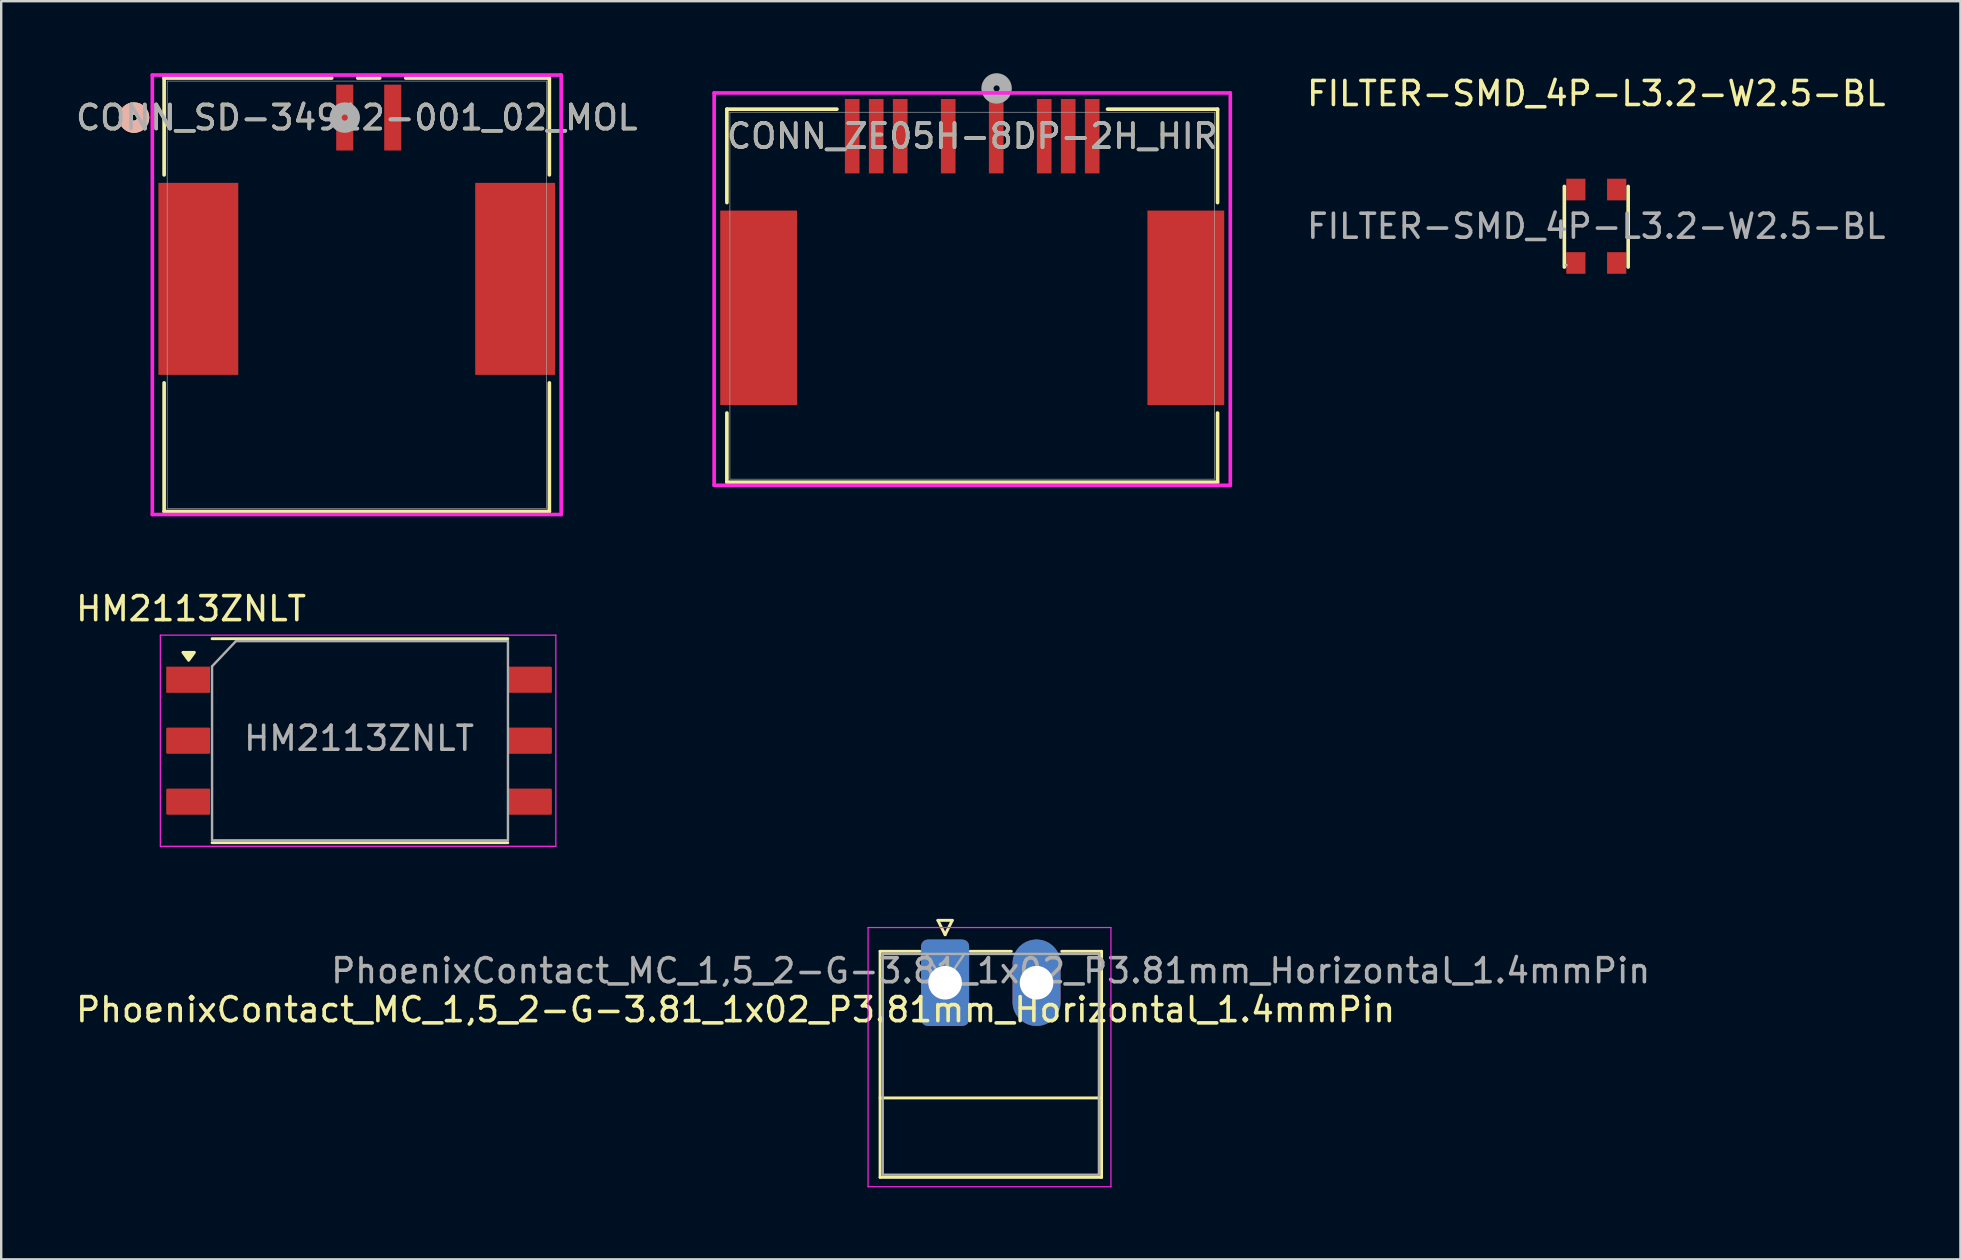
<source format=kicad_pcb>
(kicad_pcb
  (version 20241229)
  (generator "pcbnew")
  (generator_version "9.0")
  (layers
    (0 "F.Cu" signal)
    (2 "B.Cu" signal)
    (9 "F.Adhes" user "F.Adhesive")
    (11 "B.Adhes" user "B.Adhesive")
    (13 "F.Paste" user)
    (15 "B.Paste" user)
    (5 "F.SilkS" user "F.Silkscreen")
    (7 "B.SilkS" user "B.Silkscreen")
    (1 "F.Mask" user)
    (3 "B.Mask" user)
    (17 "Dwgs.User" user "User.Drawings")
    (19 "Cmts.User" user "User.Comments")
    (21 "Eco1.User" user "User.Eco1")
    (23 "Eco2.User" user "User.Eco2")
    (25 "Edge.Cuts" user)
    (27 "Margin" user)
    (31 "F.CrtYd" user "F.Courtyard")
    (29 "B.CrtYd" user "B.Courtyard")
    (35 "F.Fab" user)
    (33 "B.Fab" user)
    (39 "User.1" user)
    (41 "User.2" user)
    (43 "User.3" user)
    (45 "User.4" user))
  (footprint "FILTER-SMD_4P-L3.2-W2.5-BL"
    (layer "F.Cu")
    (at 63.464 6.378)
    (property "Reference" "FILTER-SMD_4P-L3.2-W2.5-BL" (at 0 -5.53 0) (layer "F.SilkS") (effects (font (size 1 1) (thickness 0.15))))
    (attr smd)
    (fp_line (start -1.33 1.7) (end -1.33 -1.66) (stroke (width 0.15) (type solid)) (layer "F.SilkS"))
    (fp_line (start 1.33 1.7) (end 1.33 -1.66) (stroke (width 0.15) (type solid)) (layer "F.SilkS"))
    (fp_circle (center -1.25 1.62) (end -1.22 1.62) (stroke (width 0.06) (type solid)) (fill no) (layer "F.Fab"))
    (fp_text user "${REFERENCE}" (at 0 0 0) (layer "F.Fab") (effects (font (size 1 1) (thickness 0.15))))
    (pad "1" smd rect (at -0.85 1.53) (size 0.8 0.9) (layers "F.Cu" "F.Mask" "F.Paste"))
    (pad "2" smd rect (at -0.85 -1.53) (size 0.8 0.9) (layers "F.Cu" "F.Mask" "F.Paste"))
    (pad "3" smd rect (at 0.85 -1.53) (size 0.8 0.9) (layers "F.Cu" "F.Mask" "F.Paste"))
    (pad "4" smd rect (at 0.85 1.53) (size 0.8 0.9) (layers "F.Cu" "F.Mask" "F.Paste")))
  (footprint "CONN_SD-34912-001_02_MOL"
    (layer "F.Cu")
    (at 11.815 9.233)
    (property "Reference" "CONN_SD-34912-001_02_MOL" (at 0 -7.383 0) (unlocked yes) (layer "F.SilkS") (effects (font (size 1 1) (thickness 0.15))))
    (attr smd)
    (fp_line (start -8.026 -9.03) (end -8.026 -4.996) (stroke (width 0.152) (type solid)) (layer "F.SilkS"))
    (fp_line (start -8.026 3.671) (end -8.026 9.03) (stroke (width 0.152) (type solid)) (layer "F.SilkS"))
    (fp_line (start -8.026 9.03) (end 8.026 9.03) (stroke (width 0.152) (type solid)) (layer "F.SilkS"))
    (fp_line (start -1.042 -9.03) (end -8.026 -9.03) (stroke (width 0.152) (type solid)) (layer "F.SilkS"))
    (fp_line (start 0.958 -9.03) (end 0.042 -9.03) (stroke (width 0.152) (type solid)) (layer "F.SilkS"))
    (fp_line (start 8.026 -9.03) (end 2.042 -9.03) (stroke (width 0.152) (type solid)) (layer "F.SilkS"))
    (fp_line (start 8.026 -4.996) (end 8.026 -9.03) (stroke (width 0.152) (type solid)) (layer "F.SilkS"))
    (fp_line (start 8.026 9.03) (end 8.026 3.671) (stroke (width 0.152) (type solid)) (layer "F.SilkS"))
    (fp_circle (center -9.28 -7.383) (end -8.899 -7.383) (stroke (width 0.508) (type solid)) (fill no) (layer "F.SilkS"))
    (fp_circle (center -9.28 -7.383) (end -8.899 -7.383) (stroke (width 0.508) (type solid)) (fill no) (layer "B.SilkS"))
    (fp_line (start -8.518 -9.157) (end -8.518 9.157) (stroke (width 0.152) (type solid)) (layer "F.CrtYd"))
    (fp_line (start -8.518 9.157) (end 8.518 9.157) (stroke (width 0.152) (type solid)) (layer "F.CrtYd"))
    (fp_line (start 8.518 -9.157) (end -8.518 -9.157) (stroke (width 0.152) (type solid)) (layer "F.CrtYd"))
    (fp_line (start 8.518 9.157) (end 8.518 -9.157) (stroke (width 0.152) (type solid)) (layer "F.CrtYd"))
    (fp_line (start -7.899 -8.903) (end -7.899 8.903) (stroke (width 0.025) (type solid)) (layer "F.Fab"))
    (fp_line (start -7.899 8.903) (end 7.899 8.903) (stroke (width 0.025) (type solid)) (layer "F.Fab"))
    (fp_line (start 7.899 -8.903) (end -7.899 -8.903) (stroke (width 0.025) (type solid)) (layer "F.Fab"))
    (fp_line (start 7.899 8.903) (end 7.899 -8.903) (stroke (width 0.025) (type solid)) (layer "F.Fab"))
    (fp_circle (center -0.5 -7.383) (end -0.119 -7.383) (stroke (width 0.508) (type solid)) (fill no) (layer "F.Fab"))
    (fp_text user "${REFERENCE}" (at 0 -7.383 0) (unlocked yes) (layer "F.Fab") (effects (font (size 1 1) (thickness 0.15))))
    (pad "1" smd rect (at -0.5 -7.383) (size 0.711 2.743) (layers "F.Cu" "F.Mask" "F.Paste"))
    (pad "2" smd rect (at 1.5 -7.383) (size 0.711 2.743) (layers "F.Cu" "F.Mask" "F.Paste"))
    (pad "MNT1" smd rect (at -6.6 -0.663) (size 3.327 8.001) (layers "F.Cu" "F.Mask" "F.Paste"))
    (pad "MNT2" smd rect (at 6.6 -0.663) (size 3.327 8.001) (layers "F.Cu" "F.Mask" "F.Paste")))
  (footprint "PhoenixContact_MC_1,5_2-G-3.81_1x02_P3.81mm_Horizontal_1.4mmPin"
    (layer "F.Cu")
    (at 36.331 37.899)
    (property "Reference" "PhoenixContact_MC_1,5_2-G-3.81_1x02_P3.81mm_Horizontal_1.4mmPin" (at -8.73 1.123 0) (layer "F.SilkS") (effects (font (size 1 1) (thickness 0.15))))
    (attr through_hole dnp)
    (fp_line (start -2.71 -1.31) (end -2.71 8.11) (stroke (width 0.12) (type solid)) (layer "F.SilkS"))
    (fp_line (start -2.71 -1.31) (end -1.05 -1.31) (stroke (width 0.12) (type solid)) (layer "F.SilkS"))
    (fp_line (start -2.71 4.8) (end 6.52 4.8) (stroke (width 0.12) (type solid)) (layer "F.SilkS"))
    (fp_line (start -2.71 8.11) (end 6.52 8.11) (stroke (width 0.12) (type solid)) (layer "F.SilkS"))
    (fp_line (start -0.3 -2.6) (end 0.3 -2.6) (stroke (width 0.12) (type solid)) (layer "F.SilkS"))
    (fp_line (start 0 -2) (end -0.3 -2.6) (stroke (width 0.12) (type solid)) (layer "F.SilkS"))
    (fp_line (start 0.3 -2.6) (end 0 -2) (stroke (width 0.12) (type solid)) (layer "F.SilkS"))
    (fp_line (start 1.05 -1.31) (end 2.76 -1.31) (stroke (width 0.12) (type solid)) (layer "F.SilkS"))
    (fp_line (start 6.52 -1.31) (end 4.86 -1.31) (stroke (width 0.12) (type solid)) (layer "F.SilkS"))
    (fp_line (start 6.52 8.11) (end 6.52 -1.31) (stroke (width 0.12) (type solid)) (layer "F.SilkS"))
    (fp_line (start -3.21 -2.3) (end -3.21 8.5) (stroke (width 0.05) (type solid)) (layer "F.CrtYd"))
    (fp_line (start -3.21 8.5) (end 6.91 8.5) (stroke (width 0.05) (type solid)) (layer "F.CrtYd"))
    (fp_line (start 6.91 -2.3) (end -3.21 -2.3) (stroke (width 0.05) (type solid)) (layer "F.CrtYd"))
    (fp_line (start 6.91 8.5) (end 6.91 -2.3) (stroke (width 0.05) (type solid)) (layer "F.CrtYd"))
    (fp_line (start -2.6 -1.2) (end -2.6 8) (stroke (width 0.1) (type solid)) (layer "F.Fab"))
    (fp_line (start -2.6 8) (end 6.41 8) (stroke (width 0.1) (type solid)) (layer "F.Fab"))
    (fp_line (start 0 0) (end -0.8 -1.2) (stroke (width 0.1) (type solid)) (layer "F.Fab"))
    (fp_line (start 0.8 -1.2) (end 0 0) (stroke (width 0.1) (type solid)) (layer "F.Fab"))
    (fp_line (start 6.41 -1.2) (end -2.6 -1.2) (stroke (width 0.1) (type solid)) (layer "F.Fab"))
    (fp_line (start 6.41 8) (end 6.41 -1.2) (stroke (width 0.1) (type solid)) (layer "F.Fab"))
    (fp_text user "${REFERENCE}" (at 1.9 -0.5 0) (layer "F.Fab") (effects (font (size 1 1) (thickness 0.15))))
    (pad "1" thru_hole roundrect (at 0 0) (size 2 3.6) (drill 1.4) (layers "*.Cu" "*.Mask") (roundrect_rratio 0.139))
    (pad "2" thru_hole oval (at 3.81 0) (size 2 3.6) (drill 1.4) (layers "*.Cu" "*.Mask")))
  (footprint "HM2113ZNLT"
    (layer "F.Cu")
    (at 10.411 27.814)
    (property "Reference" "HM2113ZNLT" (at -5.5 -5.5 0) (layer "F.SilkS") (effects (font (size 1 1) (thickness 0.15))))
    (attr smd)
    (fp_line (start -4.625 -4.25) (end 7.7 -4.25) (stroke (width 0.12) (type solid)) (layer "F.SilkS"))
    (fp_line (start 7.7 4.25) (end -4.625 4.25) (stroke (width 0.12) (type solid)) (layer "F.SilkS"))
    (fp_poly (pts (xy -5.6 -3.35) (xy -5.84 -3.68) (xy -5.36 -3.68) (xy -5.6 -3.35)) (stroke (width 0.12) (type solid)) (fill yes) (layer "F.SilkS"))
    (fp_line (start -6.78 -4.4) (end 9.7 -4.4) (stroke (width 0.05) (type solid)) (layer "F.CrtYd"))
    (fp_line (start -6.78 4.4) (end -6.78 -4.4) (stroke (width 0.05) (type solid)) (layer "F.CrtYd"))
    (fp_line (start 9.7 -4.4) (end 9.7 4.4) (stroke (width 0.05) (type solid)) (layer "F.CrtYd"))
    (fp_line (start 9.7 4.4) (end -6.78 4.4) (stroke (width 0.05) (type solid)) (layer "F.CrtYd"))
    (fp_line (start -4.625 -3.1) (end -3.63 -4.15) (stroke (width 0.1) (type solid)) (layer "F.Fab"))
    (fp_line (start -4.625 4.15) (end -4.625 -3.1) (stroke (width 0.1) (type solid)) (layer "F.Fab"))
    (fp_line (start -3.63 -4.15) (end 7.7 -4.15) (stroke (width 0.1) (type solid)) (layer "F.Fab"))
    (fp_line (start 7.7 4.15) (end -4.625 4.15) (stroke (width 0.1) (type solid)) (layer "F.Fab"))
    (fp_line (start 7.705 -4.15) (end 7.705 4.15) (stroke (width 0.1) (type solid)) (layer "F.Fab"))
    (fp_text user "${REFERENCE}" (at 1.5 -0.1 0) (layer "F.Fab") (effects (font (size 1 1) (thickness 0.15))))
    (pad "1" smd rect (at -5.62 -2.54) (size 1.83 1.09) (layers "F.Cu" "F.Mask" "F.Paste"))
    (pad "2" smd roundrect (at -5.62 0) (size 1.83 1.09) (layers "F.Cu" "F.Mask" "F.Paste") (roundrect_rratio 0.05))
    (pad "3" smd roundrect (at -5.62 2.54) (size 1.83 1.09) (layers "F.Cu" "F.Mask" "F.Paste") (roundrect_rratio 0.05))
    (pad "4" smd roundrect (at 8.62 2.54) (size 1.83 1.09) (layers "F.Cu" "F.Mask" "F.Paste") (roundrect_rratio 0.05))
    (pad "5" smd roundrect (at 8.62 0) (size 1.83 1.09) (layers "F.Cu" "F.Mask" "F.Paste") (roundrect_rratio 0.05))
    (pad "6" smd roundrect (at 8.62 -2.54) (size 1.83 1.09) (layers "F.Cu" "F.Mask" "F.Paste") (roundrect_rratio 0.05)))
  (footprint "CONN_ZE05H-8DP-2H_HIR"
    (layer "F.Cu")
    (at 37.461 9.271)
    (property "Reference" "CONN_ZE05H-8DP-2H_HIR" (at 0 -6.645 0) (unlocked yes) (layer "F.SilkS") (effects (font (size 1 1) (thickness 0.15))))
    (attr smd)
    (fp_line (start -10.223 -7.772) (end -10.223 -3.879) (stroke (width 0.152) (type solid)) (layer "F.SilkS"))
    (fp_line (start -10.223 4.889) (end -10.223 7.772) (stroke (width 0.152) (type solid)) (layer "F.SilkS"))
    (fp_line (start -10.223 7.772) (end 10.223 7.772) (stroke (width 0.152) (type solid)) (layer "F.SilkS"))
    (fp_line (start -5.638 -7.772) (end -10.223 -7.772) (stroke (width 0.152) (type solid)) (layer "F.SilkS"))
    (fp_line (start 10.223 -7.772) (end 5.638 -7.772) (stroke (width 0.152) (type solid)) (layer "F.SilkS"))
    (fp_line (start 10.223 -3.879) (end 10.223 -7.772) (stroke (width 0.152) (type solid)) (layer "F.SilkS"))
    (fp_line (start 10.223 7.772) (end 10.223 4.889) (stroke (width 0.152) (type solid)) (layer "F.SilkS"))
    (fp_line (start -10.754 -8.449) (end -10.754 7.899) (stroke (width 0.152) (type solid)) (layer "F.CrtYd"))
    (fp_line (start -10.754 7.899) (end 10.754 7.899) (stroke (width 0.152) (type solid)) (layer "F.CrtYd"))
    (fp_line (start 10.754 -8.449) (end -10.754 -8.449) (stroke (width 0.152) (type solid)) (layer "F.CrtYd"))
    (fp_line (start 10.754 7.899) (end 10.754 -8.449) (stroke (width 0.152) (type solid)) (layer "F.CrtYd"))
    (fp_line (start -10.097 -7.645) (end -10.097 7.645) (stroke (width 0.025) (type solid)) (layer "F.Fab"))
    (fp_line (start -10.097 7.645) (end 10.097 7.645) (stroke (width 0.025) (type solid)) (layer "F.Fab"))
    (fp_line (start 10.097 -7.645) (end -10.097 -7.645) (stroke (width 0.025) (type solid)) (layer "F.Fab"))
    (fp_line (start 10.097 7.645) (end 10.097 -7.645) (stroke (width 0.025) (type solid)) (layer "F.Fab"))
    (fp_circle (center 1.016 -8.636) (end 1.397 -8.636) (stroke (width 0.508) (type solid)) (fill no) (layer "F.Fab"))
    (fp_text user "${REFERENCE}" (at 0 -6.645 0) (unlocked yes) (layer "F.Fab") (effects (font (size 1 1) (thickness 0.15))))
    (pad "1" smd rect (at 4 -6.645) (size 0.61 3.099) (layers "F.Cu" "F.Mask" "F.Paste"))
    (pad "2" smd rect (at -4 -6.645) (size 0.61 3.099) (layers "F.Cu" "F.Mask" "F.Paste"))
    (pad "3" smd rect (at 5 -6.645) (size 0.61 3.099) (layers "F.Cu" "F.Mask" "F.Paste"))
    (pad "4" smd rect (at 3 -6.645) (size 0.61 3.099) (layers "F.Cu" "F.Mask" "F.Paste"))
    (pad "5" smd rect (at 1 -6.645) (size 0.61 3.099) (layers "F.Cu" "F.Mask" "F.Paste"))
    (pad "6" smd rect (at -1 -6.645) (size 0.61 3.099) (layers "F.Cu" "F.Mask" "F.Paste"))
    (pad "7" smd rect (at -3 -6.645) (size 0.61 3.099) (layers "F.Cu" "F.Mask" "F.Paste"))
    (pad "8" smd rect (at -5 -6.645) (size 0.61 3.099) (layers "F.Cu" "F.Mask" "F.Paste"))
    (pad "9" smd rect (at -8.9 0.505) (size 3.2 8.103) (layers "F.Cu" "F.Mask" "F.Paste"))
    (pad "10" smd rect (at 8.9 0.505) (size 3.2 8.103) (layers "F.Cu" "F.Mask" "F.Paste")))
  (gr_rect
    (start -3 -3)
    (end 78.637 49.424)
    (stroke (width 0.1) (type default))
    (fill no)
    (layer "Edge.Cuts")))
</source>
